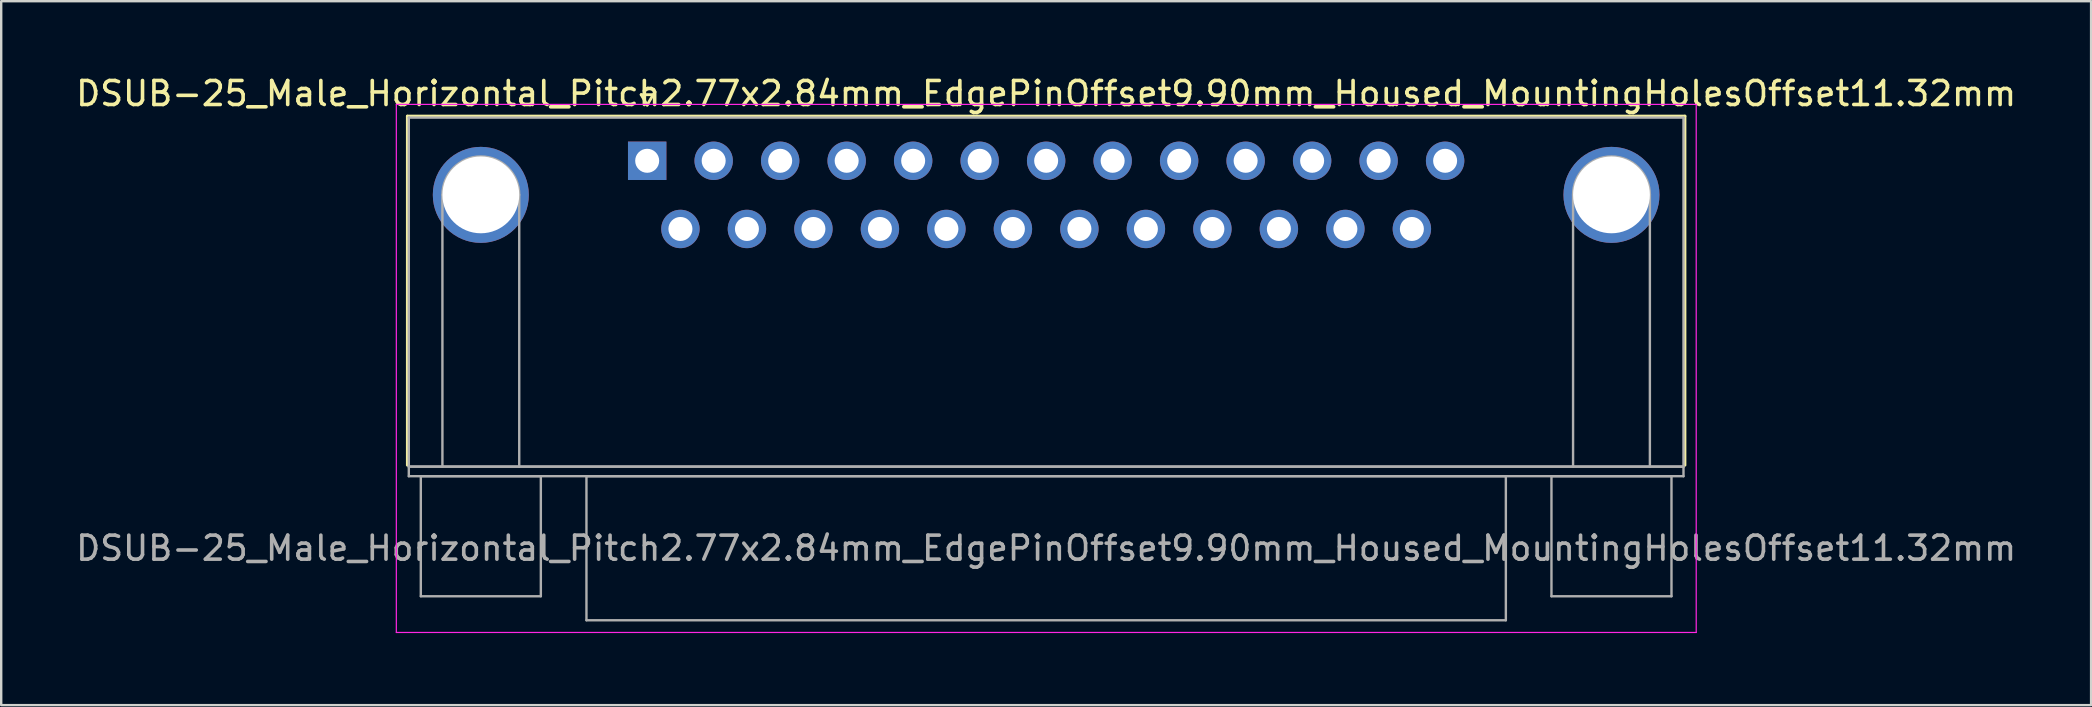
<source format=kicad_pcb>
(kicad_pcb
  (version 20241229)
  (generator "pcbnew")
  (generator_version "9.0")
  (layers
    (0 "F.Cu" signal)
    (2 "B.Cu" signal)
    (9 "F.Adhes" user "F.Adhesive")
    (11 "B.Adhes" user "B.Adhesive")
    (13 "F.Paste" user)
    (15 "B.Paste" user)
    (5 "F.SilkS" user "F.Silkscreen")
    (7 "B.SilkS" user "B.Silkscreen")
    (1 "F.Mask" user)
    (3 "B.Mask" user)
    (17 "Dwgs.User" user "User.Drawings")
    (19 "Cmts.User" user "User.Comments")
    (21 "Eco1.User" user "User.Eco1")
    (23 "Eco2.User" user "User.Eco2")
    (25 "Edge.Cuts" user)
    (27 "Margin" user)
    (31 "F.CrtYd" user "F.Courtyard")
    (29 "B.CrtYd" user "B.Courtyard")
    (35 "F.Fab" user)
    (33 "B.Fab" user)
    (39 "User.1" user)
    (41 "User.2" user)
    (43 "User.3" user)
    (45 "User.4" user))
  (footprint "DSUB-25_Male_Horizontal_Pitch2.77x2.84mm_EdgePinOffset9.90mm_Housed_MountingHolesOffset11.32mm"
    (layer "F.Cu")
    (at 23.91 3.648)
    (property "Reference" "DSUB-25_Male_Horizontal_Pitch2.77x2.84mm_EdgePinOffset9.90mm_Housed_MountingHolesOffset11.32mm" (at 16.62 -2.8 0) (layer "F.SilkS") (effects (font (size 1 1) (thickness 0.15))))
    (attr through_hole)
    (fp_line (start -9.99 -1.86) (end 43.23 -1.86) (stroke (width 0.12) (type solid)) (layer "F.SilkS"))
    (fp_line (start -9.99 12.68) (end -9.99 -1.86) (stroke (width 0.12) (type solid)) (layer "F.SilkS"))
    (fp_line (start -0.25 -2.754) (end 0.25 -2.754) (stroke (width 0.12) (type solid)) (layer "F.SilkS"))
    (fp_line (start 0 -2.321) (end -0.25 -2.754) (stroke (width 0.12) (type solid)) (layer "F.SilkS"))
    (fp_line (start 0.25 -2.754) (end 0 -2.321) (stroke (width 0.12) (type solid)) (layer "F.SilkS"))
    (fp_line (start 43.23 -1.86) (end 43.23 12.68) (stroke (width 0.12) (type solid)) (layer "F.SilkS"))
    (fp_line (start -10.45 -2.35) (end -10.45 19.65) (stroke (width 0.05) (type solid)) (layer "F.CrtYd"))
    (fp_line (start -10.45 19.65) (end 43.7 19.65) (stroke (width 0.05) (type solid)) (layer "F.CrtYd"))
    (fp_line (start 43.7 -2.35) (end -10.45 -2.35) (stroke (width 0.05) (type solid)) (layer "F.CrtYd"))
    (fp_line (start 43.7 19.65) (end 43.7 -2.35) (stroke (width 0.05) (type solid)) (layer "F.CrtYd"))
    (fp_line (start -9.93 -1.8) (end -9.93 12.74) (stroke (width 0.1) (type solid)) (layer "F.Fab"))
    (fp_line (start -9.93 12.74) (end -9.93 13.14) (stroke (width 0.1) (type solid)) (layer "F.Fab"))
    (fp_line (start -9.93 12.74) (end 43.17 12.74) (stroke (width 0.1) (type solid)) (layer "F.Fab"))
    (fp_line (start -9.93 13.14) (end 43.17 13.14) (stroke (width 0.1) (type solid)) (layer "F.Fab"))
    (fp_line (start -9.43 13.14) (end -9.43 18.14) (stroke (width 0.1) (type solid)) (layer "F.Fab"))
    (fp_line (start -9.43 18.14) (end -4.43 18.14) (stroke (width 0.1) (type solid)) (layer "F.Fab"))
    (fp_line (start -8.53 12.74) (end -8.53 1.42) (stroke (width 0.1) (type solid)) (layer "F.Fab"))
    (fp_line (start -5.33 12.74) (end -5.33 1.42) (stroke (width 0.1) (type solid)) (layer "F.Fab"))
    (fp_line (start -4.43 13.14) (end -9.43 13.14) (stroke (width 0.1) (type solid)) (layer "F.Fab"))
    (fp_line (start -4.43 18.14) (end -4.43 13.14) (stroke (width 0.1) (type solid)) (layer "F.Fab"))
    (fp_line (start -2.53 13.14) (end -2.53 19.14) (stroke (width 0.1) (type solid)) (layer "F.Fab"))
    (fp_line (start -2.53 19.14) (end 35.77 19.14) (stroke (width 0.1) (type solid)) (layer "F.Fab"))
    (fp_line (start 35.77 13.14) (end -2.53 13.14) (stroke (width 0.1) (type solid)) (layer "F.Fab"))
    (fp_line (start 35.77 19.14) (end 35.77 13.14) (stroke (width 0.1) (type solid)) (layer "F.Fab"))
    (fp_line (start 37.67 13.14) (end 37.67 18.14) (stroke (width 0.1) (type solid)) (layer "F.Fab"))
    (fp_line (start 37.67 18.14) (end 42.67 18.14) (stroke (width 0.1) (type solid)) (layer "F.Fab"))
    (fp_line (start 38.57 12.74) (end 38.57 1.42) (stroke (width 0.1) (type solid)) (layer "F.Fab"))
    (fp_line (start 41.77 12.74) (end 41.77 1.42) (stroke (width 0.1) (type solid)) (layer "F.Fab"))
    (fp_line (start 42.67 13.14) (end 37.67 13.14) (stroke (width 0.1) (type solid)) (layer "F.Fab"))
    (fp_line (start 42.67 18.14) (end 42.67 13.14) (stroke (width 0.1) (type solid)) (layer "F.Fab"))
    (fp_line (start 43.17 -1.8) (end -9.93 -1.8) (stroke (width 0.1) (type solid)) (layer "F.Fab"))
    (fp_line (start 43.17 12.74) (end -9.93 12.74) (stroke (width 0.1) (type solid)) (layer "F.Fab"))
    (fp_line (start 43.17 12.74) (end 43.17 -1.8) (stroke (width 0.1) (type solid)) (layer "F.Fab"))
    (fp_line (start 43.17 13.14) (end 43.17 12.74) (stroke (width 0.1) (type solid)) (layer "F.Fab"))
    (fp_arc (start -8.53 1.42) (mid -6.93 -0.18) (end -5.33 1.42) (stroke (width 0.1) (type solid)) (layer "F.Fab"))
    (fp_arc (start 38.57 1.42) (mid 40.17 -0.18) (end 41.77 1.42) (stroke (width 0.1) (type solid)) (layer "F.Fab"))
    (fp_text user "${REFERENCE}" (at 16.62 16.14 0) (layer "F.Fab") (effects (font (size 1 1) (thickness 0.15))))
    (pad "0" thru_hole circle (at -6.93 1.42) (size 4 4) (drill 3.2) (layers "*.Cu" "*.Mask"))
    (pad "0" thru_hole circle (at 40.17 1.42) (size 4 4) (drill 3.2) (layers "*.Cu" "*.Mask"))
    (pad "1" thru_hole rect (at 0 0) (size 1.6 1.6) (drill 1) (layers "*.Cu" "*.Mask"))
    (pad "2" thru_hole circle (at 2.77 0) (size 1.6 1.6) (drill 1) (layers "*.Cu" "*.Mask"))
    (pad "3" thru_hole circle (at 5.54 0) (size 1.6 1.6) (drill 1) (layers "*.Cu" "*.Mask"))
    (pad "4" thru_hole circle (at 8.31 0) (size 1.6 1.6) (drill 1) (layers "*.Cu" "*.Mask"))
    (pad "5" thru_hole circle (at 11.08 0) (size 1.6 1.6) (drill 1) (layers "*.Cu" "*.Mask"))
    (pad "6" thru_hole circle (at 13.85 0) (size 1.6 1.6) (drill 1) (layers "*.Cu" "*.Mask"))
    (pad "7" thru_hole circle (at 16.62 0) (size 1.6 1.6) (drill 1) (layers "*.Cu" "*.Mask"))
    (pad "8" thru_hole circle (at 19.39 0) (size 1.6 1.6) (drill 1) (layers "*.Cu" "*.Mask"))
    (pad "9" thru_hole circle (at 22.16 0) (size 1.6 1.6) (drill 1) (layers "*.Cu" "*.Mask"))
    (pad "10" thru_hole circle (at 24.93 0) (size 1.6 1.6) (drill 1) (layers "*.Cu" "*.Mask"))
    (pad "11" thru_hole circle (at 27.7 0) (size 1.6 1.6) (drill 1) (layers "*.Cu" "*.Mask"))
    (pad "12" thru_hole circle (at 30.47 0) (size 1.6 1.6) (drill 1) (layers "*.Cu" "*.Mask"))
    (pad "13" thru_hole circle (at 33.24 0) (size 1.6 1.6) (drill 1) (layers "*.Cu" "*.Mask"))
    (pad "14" thru_hole circle (at 1.385 2.84) (size 1.6 1.6) (drill 1) (layers "*.Cu" "*.Mask"))
    (pad "15" thru_hole circle (at 4.155 2.84) (size 1.6 1.6) (drill 1) (layers "*.Cu" "*.Mask"))
    (pad "16" thru_hole circle (at 6.925 2.84) (size 1.6 1.6) (drill 1) (layers "*.Cu" "*.Mask"))
    (pad "17" thru_hole circle (at 9.695 2.84) (size 1.6 1.6) (drill 1) (layers "*.Cu" "*.Mask"))
    (pad "18" thru_hole circle (at 12.465 2.84) (size 1.6 1.6) (drill 1) (layers "*.Cu" "*.Mask"))
    (pad "19" thru_hole circle (at 15.235 2.84) (size 1.6 1.6) (drill 1) (layers "*.Cu" "*.Mask"))
    (pad "20" thru_hole circle (at 18.005 2.84) (size 1.6 1.6) (drill 1) (layers "*.Cu" "*.Mask"))
    (pad "21" thru_hole circle (at 20.775 2.84) (size 1.6 1.6) (drill 1) (layers "*.Cu" "*.Mask"))
    (pad "22" thru_hole circle (at 23.545 2.84) (size 1.6 1.6) (drill 1) (layers "*.Cu" "*.Mask"))
    (pad "23" thru_hole circle (at 26.315 2.84) (size 1.6 1.6) (drill 1) (layers "*.Cu" "*.Mask"))
    (pad "24" thru_hole circle (at 29.085 2.84) (size 1.6 1.6) (drill 1) (layers "*.Cu" "*.Mask"))
    (pad "25" thru_hole circle (at 31.855 2.84) (size 1.6 1.6) (drill 1) (layers "*.Cu" "*.Mask")))
  (gr_rect
    (start -3 -3)
    (end 84.06 26.323)
    (stroke (width 0.1) (type default))
    (fill no)
    (layer "Edge.Cuts")))
</source>
